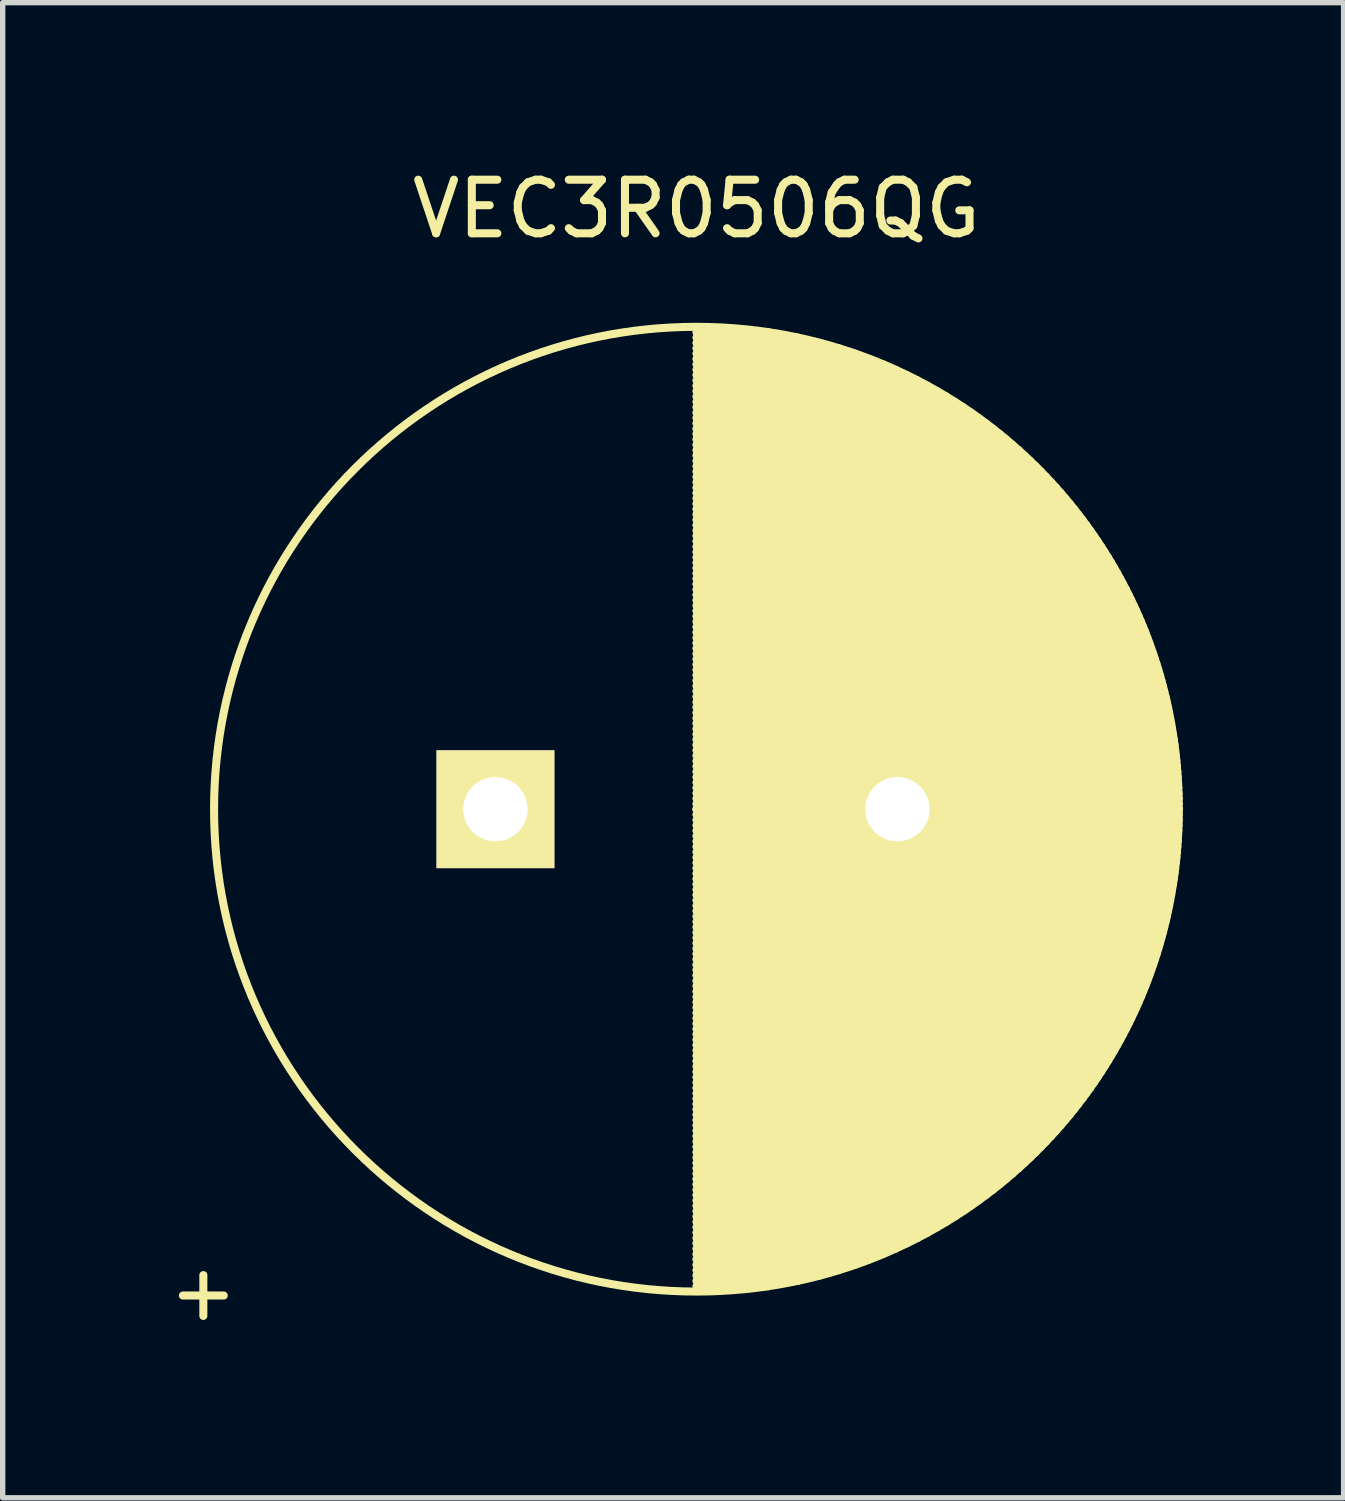
<source format=kicad_pcb>
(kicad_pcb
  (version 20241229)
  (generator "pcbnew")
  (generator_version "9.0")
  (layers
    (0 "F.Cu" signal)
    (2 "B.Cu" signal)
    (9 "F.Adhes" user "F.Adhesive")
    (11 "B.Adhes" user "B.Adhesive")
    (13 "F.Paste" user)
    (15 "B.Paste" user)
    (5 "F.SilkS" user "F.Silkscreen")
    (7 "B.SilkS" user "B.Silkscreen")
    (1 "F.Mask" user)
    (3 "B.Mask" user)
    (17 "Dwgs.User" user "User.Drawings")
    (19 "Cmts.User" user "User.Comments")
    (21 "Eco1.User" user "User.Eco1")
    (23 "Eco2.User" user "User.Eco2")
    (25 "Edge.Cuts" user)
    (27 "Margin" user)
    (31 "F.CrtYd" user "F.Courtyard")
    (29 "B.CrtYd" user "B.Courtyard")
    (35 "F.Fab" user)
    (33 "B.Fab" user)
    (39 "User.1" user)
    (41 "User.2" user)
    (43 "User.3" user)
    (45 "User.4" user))
  (footprint "VEC3R0506QG"
    (layer "F.Cu")
    (at 6.194 12.048)
    (property "Reference" "VEC3R0506QG" (at 3.75 -11.2 0) (layer "F.SilkS") (effects (font (size 1 1) (thickness 0.15))))
    (attr through_hole)
    (fp_line (start 3.75 -8.9) (end 5.088 -8.9) (stroke (width 0.15) (type solid)) (layer "F.SilkS"))
    (fp_line (start 3.75 -8.8) (end 5.637 -8.8) (stroke (width 0.15) (type solid)) (layer "F.SilkS"))
    (fp_line (start 3.75 -8.7) (end 6.054 -8.7) (stroke (width 0.15) (type solid)) (layer "F.SilkS"))
    (fp_line (start 3.75 -8.6) (end 6.403 -8.6) (stroke (width 0.15) (type solid)) (layer "F.SilkS"))
    (fp_line (start 3.75 -8.5) (end 6.708 -8.5) (stroke (width 0.15) (type solid)) (layer "F.SilkS"))
    (fp_line (start 3.75 -8.4) (end 6.981 -8.4) (stroke (width 0.15) (type solid)) (layer "F.SilkS"))
    (fp_line (start 3.75 -8.3) (end 7.23 -8.3) (stroke (width 0.15) (type solid)) (layer "F.SilkS"))
    (fp_line (start 3.75 -8.2) (end 7.459 -8.2) (stroke (width 0.15) (type solid)) (layer "F.SilkS"))
    (fp_line (start 3.75 -8.1) (end 7.673 -8.1) (stroke (width 0.15) (type solid)) (layer "F.SilkS"))
    (fp_line (start 3.75 -8) (end 7.873 -8) (stroke (width 0.15) (type solid)) (layer "F.SilkS"))
    (fp_line (start 3.75 -7.9) (end 8.062 -7.9) (stroke (width 0.15) (type solid)) (layer "F.SilkS"))
    (fp_line (start 3.75 -7.8) (end 8.24 -7.8) (stroke (width 0.15) (type solid)) (layer "F.SilkS"))
    (fp_line (start 3.75 -7.7) (end 8.409 -7.7) (stroke (width 0.15) (type solid)) (layer "F.SilkS"))
    (fp_line (start 3.75 -7.6) (end 8.571 -7.6) (stroke (width 0.15) (type solid)) (layer "F.SilkS"))
    (fp_line (start 3.75 -7.5) (end 8.725 -7.5) (stroke (width 0.15) (type solid)) (layer "F.SilkS"))
    (fp_line (start 3.75 -7.4) (end 8.872 -7.4) (stroke (width 0.15) (type solid)) (layer "F.SilkS"))
    (fp_line (start 3.75 -7.3) (end 9.014 -7.3) (stroke (width 0.15) (type solid)) (layer "F.SilkS"))
    (fp_line (start 3.75 -7.2) (end 9.15 -7.2) (stroke (width 0.15) (type solid)) (layer "F.SilkS"))
    (fp_line (start 3.75 -7.1) (end 9.281 -7.1) (stroke (width 0.15) (type solid)) (layer "F.SilkS"))
    (fp_line (start 3.75 -7) (end 9.407 -7) (stroke (width 0.15) (type solid)) (layer "F.SilkS"))
    (fp_line (start 3.75 -6.9) (end 9.528 -6.9) (stroke (width 0.15) (type solid)) (layer "F.SilkS"))
    (fp_line (start 3.75 -6.8) (end 9.646 -6.8) (stroke (width 0.15) (type solid)) (layer "F.SilkS"))
    (fp_line (start 3.75 -6.7) (end 9.759 -6.7) (stroke (width 0.15) (type solid)) (layer "F.SilkS"))
    (fp_line (start 3.75 -6.6) (end 9.869 -6.6) (stroke (width 0.15) (type solid)) (layer "F.SilkS"))
    (fp_line (start 3.75 -6.5) (end 9.975 -6.5) (stroke (width 0.15) (type solid)) (layer "F.SilkS"))
    (fp_line (start 3.75 -6.4) (end 10.078 -6.4) (stroke (width 0.15) (type solid)) (layer "F.SilkS"))
    (fp_line (start 3.75 -6.3) (end 10.177 -6.3) (stroke (width 0.15) (type solid)) (layer "F.SilkS"))
    (fp_line (start 3.75 -6.2) (end 10.274 -6.2) (stroke (width 0.15) (type solid)) (layer "F.SilkS"))
    (fp_line (start 3.75 -6.1) (end 10.367 -6.1) (stroke (width 0.15) (type solid)) (layer "F.SilkS"))
    (fp_line (start 3.75 -6) (end 10.458 -6) (stroke (width 0.15) (type solid)) (layer "F.SilkS"))
    (fp_line (start 3.75 -5.9) (end 10.546 -5.9) (stroke (width 0.15) (type solid)) (layer "F.SilkS"))
    (fp_line (start 3.75 -5.8) (end 10.632 -5.8) (stroke (width 0.15) (type solid)) (layer "F.SilkS"))
    (fp_line (start 3.75 -5.7) (end 10.715 -5.7) (stroke (width 0.15) (type solid)) (layer "F.SilkS"))
    (fp_line (start 3.75 -5.6) (end 10.796 -5.6) (stroke (width 0.15) (type solid)) (layer "F.SilkS"))
    (fp_line (start 3.75 -5.5) (end 10.874 -5.5) (stroke (width 0.15) (type solid)) (layer "F.SilkS"))
    (fp_line (start 3.75 -5.4) (end 10.95 -5.4) (stroke (width 0.15) (type solid)) (layer "F.SilkS"))
    (fp_line (start 3.75 -5.3) (end 11.024 -5.3) (stroke (width 0.15) (type solid)) (layer "F.SilkS"))
    (fp_line (start 3.75 -5.2) (end 11.096 -5.2) (stroke (width 0.15) (type solid)) (layer "F.SilkS"))
    (fp_line (start 3.75 -5.1) (end 11.166 -5.1) (stroke (width 0.15) (type solid)) (layer "F.SilkS"))
    (fp_line (start 3.75 -5) (end 11.233 -5) (stroke (width 0.15) (type solid)) (layer "F.SilkS"))
    (fp_line (start 3.75 -4.9) (end 11.299 -4.9) (stroke (width 0.15) (type solid)) (layer "F.SilkS"))
    (fp_line (start 3.75 -4.8) (end 11.363 -4.8) (stroke (width 0.15) (type solid)) (layer "F.SilkS"))
    (fp_line (start 3.75 -4.7) (end 11.425 -4.7) (stroke (width 0.15) (type solid)) (layer "F.SilkS"))
    (fp_line (start 3.75 -4.6) (end 11.486 -4.6) (stroke (width 0.15) (type solid)) (layer "F.SilkS"))
    (fp_line (start 3.75 -4.5) (end 11.544 -4.5) (stroke (width 0.15) (type solid)) (layer "F.SilkS"))
    (fp_line (start 3.75 -4.4) (end 11.601 -4.4) (stroke (width 0.15) (type solid)) (layer "F.SilkS"))
    (fp_line (start 3.75 -4.3) (end 11.656 -4.3) (stroke (width 0.15) (type solid)) (layer "F.SilkS"))
    (fp_line (start 3.75 -4.2) (end 11.71 -4.2) (stroke (width 0.15) (type solid)) (layer "F.SilkS"))
    (fp_line (start 3.75 -4.1) (end 11.762 -4.1) (stroke (width 0.15) (type solid)) (layer "F.SilkS"))
    (fp_line (start 3.75 -4) (end 11.812 -4) (stroke (width 0.15) (type solid)) (layer "F.SilkS"))
    (fp_line (start 3.75 -3.9) (end 11.861 -3.9) (stroke (width 0.15) (type solid)) (layer "F.SilkS"))
    (fp_line (start 3.75 -3.8) (end 11.908 -3.8) (stroke (width 0.15) (type solid)) (layer "F.SilkS"))
    (fp_line (start 3.75 -3.7) (end 11.954 -3.7) (stroke (width 0.15) (type solid)) (layer "F.SilkS"))
    (fp_line (start 3.75 -3.6) (end 11.999 -3.6) (stroke (width 0.15) (type solid)) (layer "F.SilkS"))
    (fp_line (start 3.75 -3.5) (end 12.042 -3.5) (stroke (width 0.15) (type solid)) (layer "F.SilkS"))
    (fp_line (start 3.75 -3.4) (end 12.083 -3.4) (stroke (width 0.15) (type solid)) (layer "F.SilkS"))
    (fp_line (start 3.75 -3.3) (end 12.123 -3.3) (stroke (width 0.15) (type solid)) (layer "F.SilkS"))
    (fp_line (start 3.75 -3.2) (end 12.162 -3.2) (stroke (width 0.15) (type solid)) (layer "F.SilkS"))
    (fp_line (start 3.75 -3.1) (end 12.199 -3.1) (stroke (width 0.15) (type solid)) (layer "F.SilkS"))
    (fp_line (start 3.75 -3) (end 12.235 -3) (stroke (width 0.15) (type solid)) (layer "F.SilkS"))
    (fp_line (start 3.75 -2.9) (end 12.27 -2.9) (stroke (width 0.15) (type solid)) (layer "F.SilkS"))
    (fp_line (start 3.75 -2.8) (end 12.303 -2.8) (stroke (width 0.15) (type solid)) (layer "F.SilkS"))
    (fp_line (start 3.75 -2.7) (end 12.335 -2.7) (stroke (width 0.15) (type solid)) (layer "F.SilkS"))
    (fp_line (start 3.75 -2.6) (end 12.366 -2.6) (stroke (width 0.15) (type solid)) (layer "F.SilkS"))
    (fp_line (start 3.75 -2.5) (end 12.396 -2.5) (stroke (width 0.15) (type solid)) (layer "F.SilkS"))
    (fp_line (start 3.75 -2.4) (end 12.424 -2.4) (stroke (width 0.15) (type solid)) (layer "F.SilkS"))
    (fp_line (start 3.75 -2.3) (end 12.451 -2.3) (stroke (width 0.15) (type solid)) (layer "F.SilkS"))
    (fp_line (start 3.75 -2.2) (end 12.477 -2.2) (stroke (width 0.15) (type solid)) (layer "F.SilkS"))
    (fp_line (start 3.75 -2.1) (end 12.502 -2.1) (stroke (width 0.15) (type solid)) (layer "F.SilkS"))
    (fp_line (start 3.75 -2) (end 12.525 -2) (stroke (width 0.15) (type solid)) (layer "F.SilkS"))
    (fp_line (start 3.75 -1.9) (end 12.547 -1.9) (stroke (width 0.15) (type solid)) (layer "F.SilkS"))
    (fp_line (start 3.75 -1.8) (end 12.568 -1.8) (stroke (width 0.15) (type solid)) (layer "F.SilkS"))
    (fp_line (start 3.75 -1.7) (end 12.588 -1.7) (stroke (width 0.15) (type solid)) (layer "F.SilkS"))
    (fp_line (start 3.75 -1.6) (end 12.607 -1.6) (stroke (width 0.15) (type solid)) (layer "F.SilkS"))
    (fp_line (start 3.75 -1.5) (end 12.624 -1.5) (stroke (width 0.15) (type solid)) (layer "F.SilkS"))
    (fp_line (start 3.75 -1.4) (end 12.64 -1.4) (stroke (width 0.15) (type solid)) (layer "F.SilkS"))
    (fp_line (start 3.75 -1.3) (end 12.656 -1.3) (stroke (width 0.15) (type solid)) (layer "F.SilkS"))
    (fp_line (start 3.75 -1.2) (end 12.67 -1.2) (stroke (width 0.15) (type solid)) (layer "F.SilkS"))
    (fp_line (start 3.75 -1.1) (end 12.683 -1.1) (stroke (width 0.15) (type solid)) (layer "F.SilkS"))
    (fp_line (start 3.75 -1) (end 12.694 -1) (stroke (width 0.15) (type solid)) (layer "F.SilkS"))
    (fp_line (start 3.75 -0.9) (end 12.705 -0.9) (stroke (width 0.15) (type solid)) (layer "F.SilkS"))
    (fp_line (start 3.75 -0.8) (end 12.714 -0.8) (stroke (width 0.15) (type solid)) (layer "F.SilkS"))
    (fp_line (start 3.75 -0.7) (end 12.723 -0.7) (stroke (width 0.15) (type solid)) (layer "F.SilkS"))
    (fp_line (start 3.75 -0.6) (end 12.73 -0.6) (stroke (width 0.15) (type solid)) (layer "F.SilkS"))
    (fp_line (start 3.75 -0.5) (end 12.736 -0.5) (stroke (width 0.15) (type solid)) (layer "F.SilkS"))
    (fp_line (start 3.75 -0.4) (end 12.741 -0.4) (stroke (width 0.15) (type solid)) (layer "F.SilkS"))
    (fp_line (start 3.75 -0.3) (end 12.745 -0.3) (stroke (width 0.15) (type solid)) (layer "F.SilkS"))
    (fp_line (start 3.75 -0.2) (end 12.748 -0.2) (stroke (width 0.15) (type solid)) (layer "F.SilkS"))
    (fp_line (start 3.75 -0.1) (end 12.749 -0.1) (stroke (width 0.15) (type solid)) (layer "F.SilkS"))
    (fp_line (start 3.75 0) (end 12.75 0) (stroke (width 0.15) (type solid)) (layer "F.SilkS"))
    (fp_line (start 3.75 0) (end 12.75 0) (stroke (width 0.15) (type solid)) (layer "F.SilkS"))
    (fp_line (start 3.75 0.1) (end 12.749 0.1) (stroke (width 0.15) (type solid)) (layer "F.SilkS"))
    (fp_line (start 3.75 0.2) (end 12.748 0.2) (stroke (width 0.15) (type solid)) (layer "F.SilkS"))
    (fp_line (start 3.75 0.3) (end 12.745 0.3) (stroke (width 0.15) (type solid)) (layer "F.SilkS"))
    (fp_line (start 3.75 0.4) (end 12.741 0.4) (stroke (width 0.15) (type solid)) (layer "F.SilkS"))
    (fp_line (start 3.75 0.5) (end 12.736 0.5) (stroke (width 0.15) (type solid)) (layer "F.SilkS"))
    (fp_line (start 3.75 0.6) (end 12.73 0.6) (stroke (width 0.15) (type solid)) (layer "F.SilkS"))
    (fp_line (start 3.75 0.7) (end 12.723 0.7) (stroke (width 0.15) (type solid)) (layer "F.SilkS"))
    (fp_line (start 3.75 0.8) (end 12.714 0.8) (stroke (width 0.15) (type solid)) (layer "F.SilkS"))
    (fp_line (start 3.75 0.9) (end 12.705 0.9) (stroke (width 0.15) (type solid)) (layer "F.SilkS"))
    (fp_line (start 3.75 1) (end 12.694 1) (stroke (width 0.15) (type solid)) (layer "F.SilkS"))
    (fp_line (start 3.75 1.1) (end 12.683 1.1) (stroke (width 0.15) (type solid)) (layer "F.SilkS"))
    (fp_line (start 3.75 1.2) (end 12.67 1.2) (stroke (width 0.15) (type solid)) (layer "F.SilkS"))
    (fp_line (start 3.75 1.3) (end 12.656 1.3) (stroke (width 0.15) (type solid)) (layer "F.SilkS"))
    (fp_line (start 3.75 1.4) (end 12.64 1.4) (stroke (width 0.15) (type solid)) (layer "F.SilkS"))
    (fp_line (start 3.75 1.5) (end 12.624 1.5) (stroke (width 0.15) (type solid)) (layer "F.SilkS"))
    (fp_line (start 3.75 1.6) (end 12.607 1.6) (stroke (width 0.15) (type solid)) (layer "F.SilkS"))
    (fp_line (start 3.75 1.7) (end 12.588 1.7) (stroke (width 0.15) (type solid)) (layer "F.SilkS"))
    (fp_line (start 3.75 1.8) (end 12.568 1.8) (stroke (width 0.15) (type solid)) (layer "F.SilkS"))
    (fp_line (start 3.75 1.9) (end 12.547 1.9) (stroke (width 0.15) (type solid)) (layer "F.SilkS"))
    (fp_line (start 3.75 2) (end 12.525 2) (stroke (width 0.15) (type solid)) (layer "F.SilkS"))
    (fp_line (start 3.75 2.1) (end 12.502 2.1) (stroke (width 0.15) (type solid)) (layer "F.SilkS"))
    (fp_line (start 3.75 2.2) (end 12.477 2.2) (stroke (width 0.15) (type solid)) (layer "F.SilkS"))
    (fp_line (start 3.75 2.3) (end 12.451 2.3) (stroke (width 0.15) (type solid)) (layer "F.SilkS"))
    (fp_line (start 3.75 2.4) (end 12.424 2.4) (stroke (width 0.15) (type solid)) (layer "F.SilkS"))
    (fp_line (start 3.75 2.5) (end 12.396 2.5) (stroke (width 0.15) (type solid)) (layer "F.SilkS"))
    (fp_line (start 3.75 2.6) (end 12.366 2.6) (stroke (width 0.15) (type solid)) (layer "F.SilkS"))
    (fp_line (start 3.75 2.7) (end 12.335 2.7) (stroke (width 0.15) (type solid)) (layer "F.SilkS"))
    (fp_line (start 3.75 2.8) (end 12.303 2.8) (stroke (width 0.15) (type solid)) (layer "F.SilkS"))
    (fp_line (start 3.75 2.9) (end 12.27 2.9) (stroke (width 0.15) (type solid)) (layer "F.SilkS"))
    (fp_line (start 3.75 3) (end 12.235 3) (stroke (width 0.15) (type solid)) (layer "F.SilkS"))
    (fp_line (start 3.75 3.1) (end 12.199 3.1) (stroke (width 0.15) (type solid)) (layer "F.SilkS"))
    (fp_line (start 3.75 3.2) (end 12.162 3.2) (stroke (width 0.15) (type solid)) (layer "F.SilkS"))
    (fp_line (start 3.75 3.3) (end 12.123 3.3) (stroke (width 0.15) (type solid)) (layer "F.SilkS"))
    (fp_line (start 3.75 3.4) (end 12.083 3.4) (stroke (width 0.15) (type solid)) (layer "F.SilkS"))
    (fp_line (start 3.75 3.5) (end 12.042 3.5) (stroke (width 0.15) (type solid)) (layer "F.SilkS"))
    (fp_line (start 3.75 3.6) (end 11.999 3.6) (stroke (width 0.15) (type solid)) (layer "F.SilkS"))
    (fp_line (start 3.75 3.7) (end 11.954 3.7) (stroke (width 0.15) (type solid)) (layer "F.SilkS"))
    (fp_line (start 3.75 3.8) (end 11.908 3.8) (stroke (width 0.15) (type solid)) (layer "F.SilkS"))
    (fp_line (start 3.75 3.9) (end 11.861 3.9) (stroke (width 0.15) (type solid)) (layer "F.SilkS"))
    (fp_line (start 3.75 4) (end 11.812 4) (stroke (width 0.15) (type solid)) (layer "F.SilkS"))
    (fp_line (start 3.75 4.1) (end 11.762 4.1) (stroke (width 0.15) (type solid)) (layer "F.SilkS"))
    (fp_line (start 3.75 4.2) (end 11.71 4.2) (stroke (width 0.15) (type solid)) (layer "F.SilkS"))
    (fp_line (start 3.75 4.3) (end 11.656 4.3) (stroke (width 0.15) (type solid)) (layer "F.SilkS"))
    (fp_line (start 3.75 4.4) (end 11.601 4.4) (stroke (width 0.15) (type solid)) (layer "F.SilkS"))
    (fp_line (start 3.75 4.5) (end 11.544 4.5) (stroke (width 0.15) (type solid)) (layer "F.SilkS"))
    (fp_line (start 3.75 4.6) (end 11.486 4.6) (stroke (width 0.15) (type solid)) (layer "F.SilkS"))
    (fp_line (start 3.75 4.7) (end 11.425 4.7) (stroke (width 0.15) (type solid)) (layer "F.SilkS"))
    (fp_line (start 3.75 4.8) (end 11.363 4.8) (stroke (width 0.15) (type solid)) (layer "F.SilkS"))
    (fp_line (start 3.75 4.9) (end 11.299 4.9) (stroke (width 0.15) (type solid)) (layer "F.SilkS"))
    (fp_line (start 3.75 5) (end 11.233 5) (stroke (width 0.15) (type solid)) (layer "F.SilkS"))
    (fp_line (start 3.75 5.1) (end 11.166 5.1) (stroke (width 0.15) (type solid)) (layer "F.SilkS"))
    (fp_line (start 3.75 5.2) (end 11.096 5.2) (stroke (width 0.15) (type solid)) (layer "F.SilkS"))
    (fp_line (start 3.75 5.3) (end 11.024 5.3) (stroke (width 0.15) (type solid)) (layer "F.SilkS"))
    (fp_line (start 3.75 5.4) (end 10.95 5.4) (stroke (width 0.15) (type solid)) (layer "F.SilkS"))
    (fp_line (start 3.75 5.5) (end 10.874 5.5) (stroke (width 0.15) (type solid)) (layer "F.SilkS"))
    (fp_line (start 3.75 5.6) (end 10.796 5.6) (stroke (width 0.15) (type solid)) (layer "F.SilkS"))
    (fp_line (start 3.75 5.7) (end 10.715 5.7) (stroke (width 0.15) (type solid)) (layer "F.SilkS"))
    (fp_line (start 3.75 5.8) (end 10.632 5.8) (stroke (width 0.15) (type solid)) (layer "F.SilkS"))
    (fp_line (start 3.75 5.9) (end 10.546 5.9) (stroke (width 0.15) (type solid)) (layer "F.SilkS"))
    (fp_line (start 3.75 6) (end 10.458 6) (stroke (width 0.15) (type solid)) (layer "F.SilkS"))
    (fp_line (start 3.75 6.1) (end 10.367 6.1) (stroke (width 0.15) (type solid)) (layer "F.SilkS"))
    (fp_line (start 3.75 6.2) (end 10.274 6.2) (stroke (width 0.15) (type solid)) (layer "F.SilkS"))
    (fp_line (start 3.75 6.3) (end 10.177 6.3) (stroke (width 0.15) (type solid)) (layer "F.SilkS"))
    (fp_line (start 3.75 6.4) (end 10.078 6.4) (stroke (width 0.15) (type solid)) (layer "F.SilkS"))
    (fp_line (start 3.75 6.5) (end 9.975 6.5) (stroke (width 0.15) (type solid)) (layer "F.SilkS"))
    (fp_line (start 3.75 6.6) (end 9.869 6.6) (stroke (width 0.15) (type solid)) (layer "F.SilkS"))
    (fp_line (start 3.75 6.7) (end 9.759 6.7) (stroke (width 0.15) (type solid)) (layer "F.SilkS"))
    (fp_line (start 3.75 6.8) (end 9.646 6.8) (stroke (width 0.15) (type solid)) (layer "F.SilkS"))
    (fp_line (start 3.75 6.9) (end 9.528 6.9) (stroke (width 0.15) (type solid)) (layer "F.SilkS"))
    (fp_line (start 3.75 7) (end 9.407 7) (stroke (width 0.15) (type solid)) (layer "F.SilkS"))
    (fp_line (start 3.75 7.1) (end 9.281 7.1) (stroke (width 0.15) (type solid)) (layer "F.SilkS"))
    (fp_line (start 3.75 7.2) (end 9.15 7.2) (stroke (width 0.15) (type solid)) (layer "F.SilkS"))
    (fp_line (start 3.75 7.3) (end 9.014 7.3) (stroke (width 0.15) (type solid)) (layer "F.SilkS"))
    (fp_line (start 3.75 7.4) (end 8.872 7.4) (stroke (width 0.15) (type solid)) (layer "F.SilkS"))
    (fp_line (start 3.75 7.5) (end 8.725 7.5) (stroke (width 0.15) (type solid)) (layer "F.SilkS"))
    (fp_line (start 3.75 7.6) (end 8.571 7.6) (stroke (width 0.15) (type solid)) (layer "F.SilkS"))
    (fp_line (start 3.75 7.7) (end 8.409 7.7) (stroke (width 0.15) (type solid)) (layer "F.SilkS"))
    (fp_line (start 3.75 7.8) (end 8.24 7.8) (stroke (width 0.15) (type solid)) (layer "F.SilkS"))
    (fp_line (start 3.75 7.9) (end 8.062 7.9) (stroke (width 0.15) (type solid)) (layer "F.SilkS"))
    (fp_line (start 3.75 8) (end 7.873 8) (stroke (width 0.15) (type solid)) (layer "F.SilkS"))
    (fp_line (start 3.75 8.1) (end 7.673 8.1) (stroke (width 0.15) (type solid)) (layer "F.SilkS"))
    (fp_line (start 3.75 8.2) (end 7.459 8.2) (stroke (width 0.15) (type solid)) (layer "F.SilkS"))
    (fp_line (start 3.75 8.3) (end 7.23 8.3) (stroke (width 0.15) (type solid)) (layer "F.SilkS"))
    (fp_line (start 3.75 8.4) (end 6.981 8.4) (stroke (width 0.15) (type solid)) (layer "F.SilkS"))
    (fp_line (start 3.75 8.5) (end 6.708 8.5) (stroke (width 0.15) (type solid)) (layer "F.SilkS"))
    (fp_line (start 3.75 8.6) (end 6.403 8.6) (stroke (width 0.15) (type solid)) (layer "F.SilkS"))
    (fp_line (start 3.75 8.7) (end 6.054 8.7) (stroke (width 0.15) (type solid)) (layer "F.SilkS"))
    (fp_line (start 3.75 8.8) (end 5.637 8.8) (stroke (width 0.15) (type solid)) (layer "F.SilkS"))
    (fp_line (start 3.75 8.9) (end 5.088 8.9) (stroke (width 0.15) (type solid)) (layer "F.SilkS"))
    (fp_circle (center 3.75 0) (end 3.75 -9) (stroke (width 0.15) (type solid)) (fill no) (layer "F.SilkS"))
    (fp_text user "+" (at -5.45 9 0) (layer "F.SilkS") (effects (font (size 1 1) (thickness 0.15))))
    (pad "1" thru_hole rect (at 0 0) (size 2.2 2.2) (drill 1.2) (layers "*.Cu" "*.Mask" "F.SilkS"))
    (pad "2" thru_hole circle (at 7.5 0) (size 2.2 2.2) (drill 1.2) (layers "*.Cu" "*.Mask" "F.SilkS")))
  (gr_rect
    (start -3 -3)
    (end 22.019 24.896)
    (stroke (width 0.1) (type default))
    (fill no)
    (layer "Edge.Cuts")))
</source>
